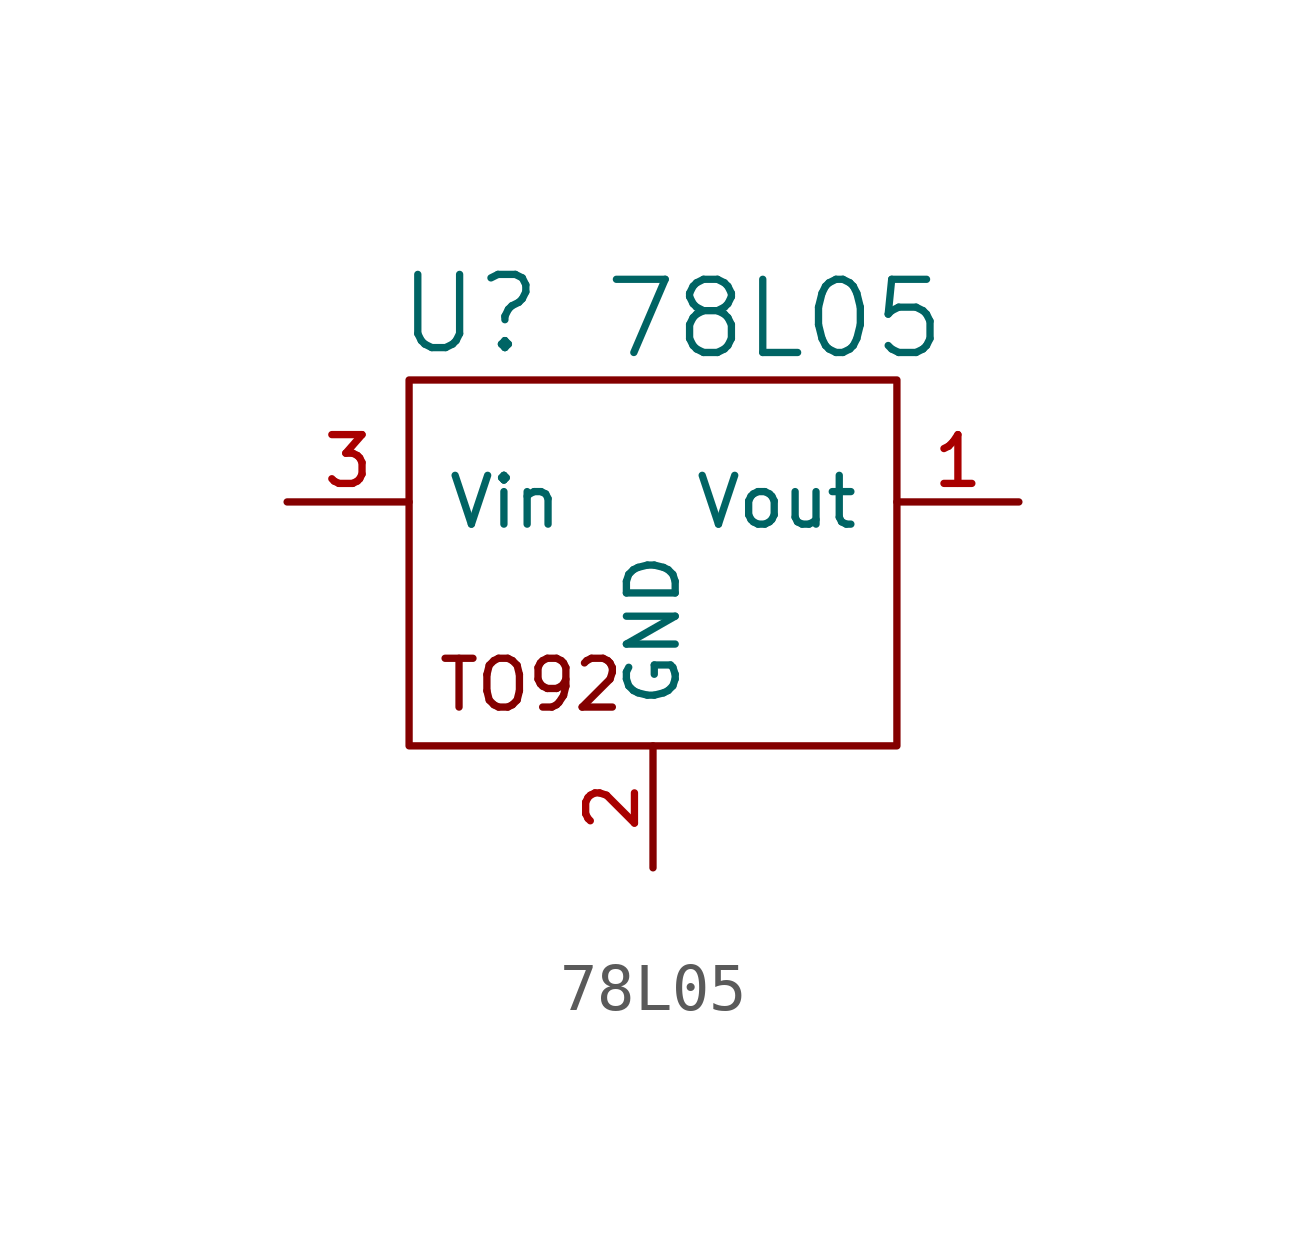
<source format=kicad_sym>
(kicad_symbol_lib
  (version 20211014)
  (generator kicad_symbol_editor)
  (symbol "78L05"
    (pin_names
      (offset 0.762))
    (property "Reference" "U"
      (at -3.81 5.182 0)
      (effects (font (size 1.524 1.524))))
    (property "Value" "78L05"
      (at 2.54 5.08 0)
      (effects (font (size 1.524 1.524))))
    (property "Footprint" ""
      (at 0 0 0)
      (effects (font (size 1.524 1.524))))
    (property "Datasheet" ""
      (at 0 0 0)
      (effects (font (size 1.524 1.524))))
    (symbol "78L05_0_0"
      (text "TO92" (at -2.54 -2.54 0) (effects (font (size 1.016 1.016)))))
    (symbol "78L05_0_1"
      (rectangle (start -5.08 -3.81) (end 5.08 3.81) (stroke (width 0) (type default) (color 0 0 0 0)) (fill (type none))))
    (symbol "78L05_1_1"
      (pin power_out line (at 7.62 1.27 180) (length 2.54) (name "Vout" (effects (font (size 1.016 1.016)))) (number "1" (effects (font (size 1.016 1.016)))))
      (pin input line (at 0 -6.35 90) (length 2.54) (name "GND" (effects (font (size 1.016 1.016)))) (number "2" (effects (font (size 1.016 1.016)))))
      (pin input line (at -7.62 1.27 0) (length 2.54) (name "Vin" (effects (font (size 1.016 1.016)))) (number "3" (effects (font (size 1.016 1.016))))))))
</source>
